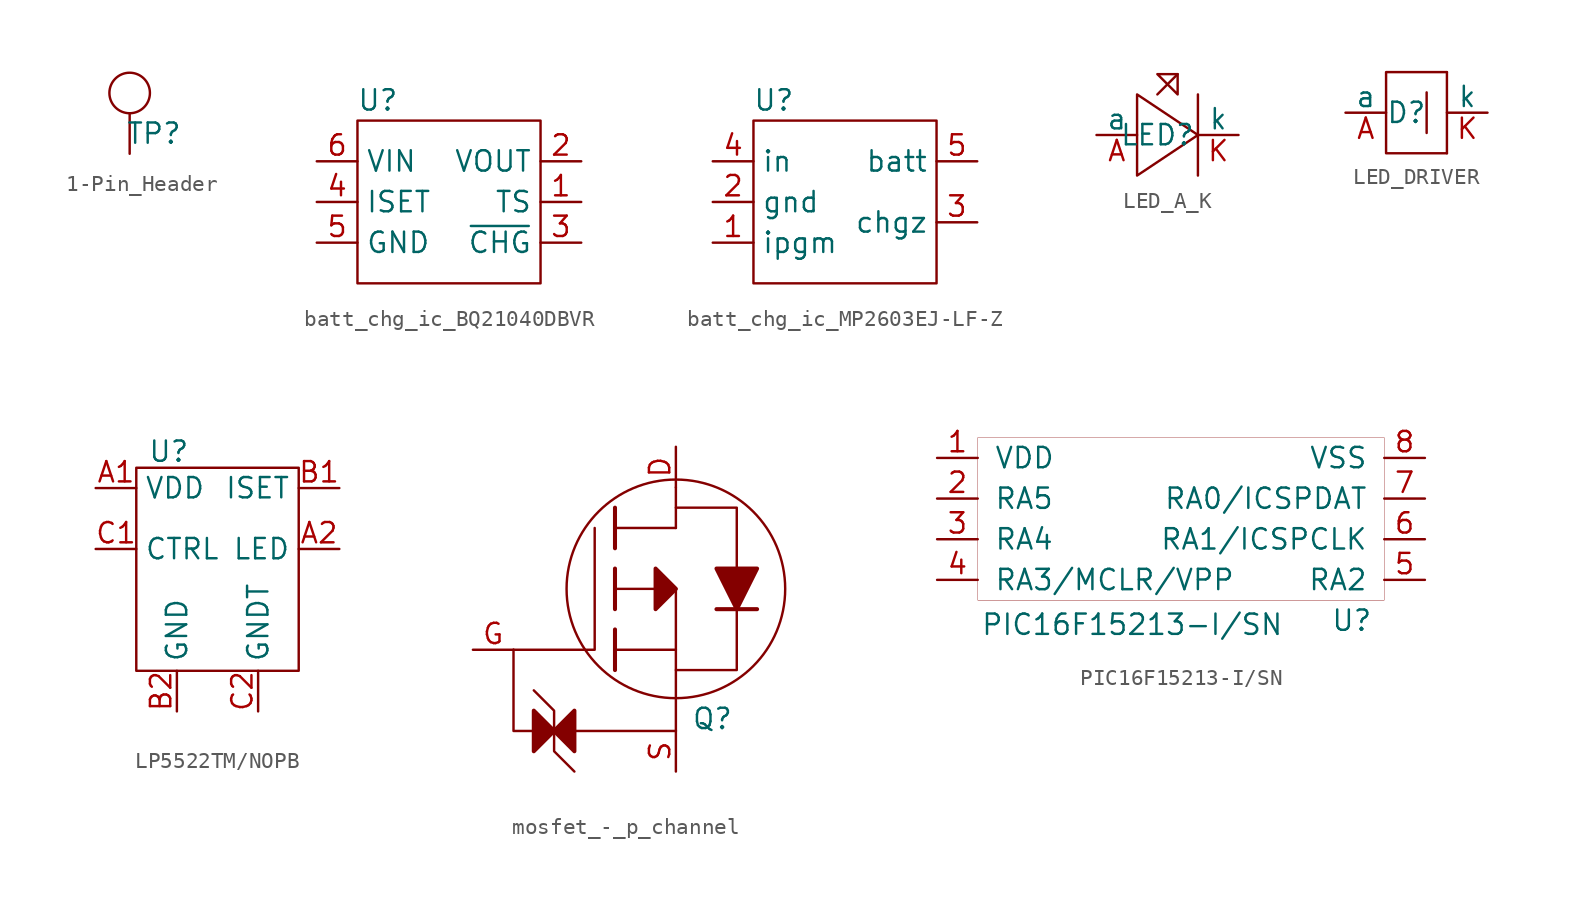
<source format=kicad_sym>
(kicad_symbol_lib
  (version 20240819)
  (generator "kicad_symbol_editor")
  (generator_version "8.99")
  (symbol "1-Pin_Header"
    (pin_numbers
      (hide yes))
    (pin_names
      (hide yes))
    (property "Reference" "TP"
      (at 1.524 -2.54 0)
      (effects (font (size 1.27 1.27))))
    (property "Value" ""
      (at 0 0 0)
      (effects (font (size 1.27 1.27))))
    (symbol "1-Pin_Header_0_1"
      (circle (center 0 0) (radius 1.27) (stroke (width 0) (type default)) (fill (type none))))
    (symbol "1-Pin_Header_1_1"
      (pin passive line (at 0 -3.81 90) (length 2.54) (name "1" (effects (font (size 1.27 1.27)))) (number "1" (effects (font (size 1.27 1.27)))))))
  (symbol "batt_chg_ic_BQ21040DBVR"
    (property "Reference" "U"
      (at -3.81 6.35 0)
      (effects (font (size 1.27 1.27))))
    (property "Value" ""
      (at 0 0 0)
      (effects (font (size 1.27 1.27))))
    (symbol "batt_chg_ic_BQ21040DBVR_0_1"
      (rectangle (start -5.08 5.08) (end 6.35 -5.08) (stroke (width 0) (type default)) (fill (type none))))
    (symbol "batt_chg_ic_BQ21040DBVR_1_1"
      (pin passive line (at -7.62 2.54 0) (length 2.54) (name "VIN" (effects (font (size 1.27 1.27)))) (number "6" (effects (font (size 1.27 1.27)))))
      (pin passive line (at -7.62 0 0) (length 2.54) (name "ISET" (effects (font (size 1.27 1.27)))) (number "4" (effects (font (size 1.27 1.27)))))
      (pin passive line (at -7.62 -2.54 0) (length 2.54) (name "GND" (effects (font (size 1.27 1.27)))) (number "5" (effects (font (size 1.27 1.27)))))
      (pin passive line (at 8.89 2.54 180) (length 2.54) (name "VOUT" (effects (font (size 1.27 1.27)))) (number "2" (effects (font (size 1.27 1.27)))))
      (pin passive line (at 8.89 0 180) (length 2.54) (name "TS" (effects (font (size 1.27 1.27)))) (number "1" (effects (font (size 1.27 1.27)))))
      (pin passive line (at 8.89 -2.54 180) (length 2.54) (name "~{CHG}" (effects (font (size 1.27 1.27)))) (number "3" (effects (font (size 1.27 1.27)))))))
  (symbol "batt_chg_ic_MP2603EJ-LF-Z"
    (property "Reference" "U"
      (at -3.81 6.35 0)
      (effects (font (size 1.27 1.27))))
    (property "Value" ""
      (at 0 0 0)
      (effects (font (size 1.27 1.27))))
    (symbol "batt_chg_ic_MP2603EJ-LF-Z_0_1"
      (rectangle (start -5.08 5.08) (end 6.35 -5.08) (stroke (width 0) (type default)) (fill (type none))))
    (symbol "batt_chg_ic_MP2603EJ-LF-Z_1_1"
      (pin power_in line (at -7.62 2.54 0) (length 2.54) (name "in" (effects (font (size 1.27 1.27)))) (number "4" (effects (font (size 1.27 1.27)))))
      (pin power_out line (at -7.62 0 0) (length 2.54) (name "gnd" (effects (font (size 1.27 1.27)))) (number "2" (effects (font (size 1.27 1.27)))))
      (pin input line (at -7.62 -2.54 0) (length 2.54) (name "ipgm" (effects (font (size 1.27 1.27)))) (number "1" (effects (font (size 1.27 1.27)))))
      (pin power_out line (at 8.89 2.54 180) (length 2.54) (name "batt" (effects (font (size 1.27 1.27)))) (number "5" (effects (font (size 1.27 1.27)))))
      (pin input line (at 8.89 -1.27 180) (length 2.54) (name "chgz" (effects (font (size 1.27 1.27)))) (number "3" (effects (font (size 1.27 1.27)))))))
  (symbol "LED_A_K"
    (pin_names
      (offset 0))
    (property "Reference" "LED"
      (at 0 0 0)
      (effects (font (size 1.27 1.27))))
    (property "Value" ""
      (at 0 0 0)
      (effects (font (size 1.27 1.27))))
    (symbol "LED_A_K_0_1"
      (polyline (pts (xy -1.27 2.54) (xy 2.54 0) (xy -1.27 -2.54) (xy -1.27 2.54)) (stroke (width 0) (type default)) (fill (type none)))
      (polyline (pts (xy 0 2.54) (xy 1.27 3.81)) (stroke (width 0) (type default)) (fill (type none)))
      (polyline (pts (xy 1.27 3.81) (xy 1.27 2.54) (xy 0 3.81) (xy 1.27 3.81) (xy 1.27 2.54)) (stroke (width 0) (type default)) (fill (type none)))
      (polyline (pts (xy 2.54 2.54) (xy 2.54 -2.54)) (stroke (width 0) (type default)) (fill (type none))))
    (symbol "LED_A_K_1_1"
      (pin input line (at -3.81 0 0) (length 2.54) (name "a" (effects (font (size 1.27 1.27)))) (number "A" (effects (font (size 1.27 1.27)))))
      (pin output line (at 5.08 0 180) (length 2.54) (name "k" (effects (font (size 1.27 1.27)))) (number "K" (effects (font (size 1.27 1.27)))))))
  (symbol "LED_DRIVER"
    (pin_names
      (offset 0))
    (property "Reference" "D"
      (at 0 0 0)
      (effects (font (size 1.27 1.27))))
    (property "Value" ""
      (at 0 0 0)
      (effects (font (size 1.27 1.27))))
    (symbol "LED_DRIVER_0_1"
      (polyline (pts (xy 1.27 1.27) (xy 1.27 -1.27)) (stroke (width 0) (type default)) (fill (type none)))
      (polyline (pts (xy 2.54 2.54) (xy 2.54 -2.54)) (stroke (width 0) (type default)) (fill (type none)))
      (polyline (pts (xy 2.54 2.54) (xy -1.27 2.54) (xy -1.27 -2.54) (xy 2.54 -2.54)) (stroke (width 0) (type default)) (fill (type none))))
    (symbol "LED_DRIVER_1_1"
      (pin input line (at -3.81 0 0) (length 2.54) (name "a" (effects (font (size 1.27 1.27)))) (number "A" (effects (font (size 1.27 1.27)))))
      (pin output line (at 5.08 0 180) (length 2.54) (name "k" (effects (font (size 1.27 1.27)))) (number "K" (effects (font (size 1.27 1.27)))))))
  (symbol "LP5522TM/NOPB"
    (property "Reference" "U"
      (at -3.048 3.556 0)
      (effects (font (size 1.27 1.27))))
    (property "Value" ""
      (at 0 0 0)
      (effects (font (size 1.27 1.27))))
    (symbol "LP5522TM/NOPB_0_1"
      (rectangle (start -5.08 2.54) (end 5.08 -10.16) (stroke (width 0) (type default)) (fill (type none))))
    (symbol "LP5522TM/NOPB_1_1"
      (pin passive line (at -7.62 1.27 0) (length 2.54) (name "VDD" (effects (font (size 1.27 1.27)))) (number "A1" (effects (font (size 1.27 1.27)))))
      (pin passive line (at -7.62 -2.54 0) (length 2.54) (name "CTRL" (effects (font (size 1.27 1.27)))) (number "C1" (effects (font (size 1.27 1.27)))))
      (pin passive line (at -2.54 -12.7 90) (length 2.54) (name "GND" (effects (font (size 1.27 1.27)))) (number "B2" (effects (font (size 1.27 1.27)))))
      (pin passive line (at 2.54 -12.7 90) (length 2.54) (name "GNDT" (effects (font (size 1.27 1.27)))) (number "C2" (effects (font (size 1.27 1.27)))))
      (pin passive line (at 7.62 1.27 180) (length 2.54) (name "ISET" (effects (font (size 1.27 1.27)))) (number "B1" (effects (font (size 1.27 1.27)))))
      (pin passive line (at 7.62 -2.54 180) (length 2.54) (name "LED" (effects (font (size 1.27 1.27)))) (number "A2" (effects (font (size 1.27 1.27)))))))
  (symbol "mosfet_-_p_channel"
    (pin_names
      (hide yes))
    (property "Reference" "Q"
      (at 2.286 -8.128 0)
      (effects (font (size 1.27 1.27))))
    (property "Value" ""
      (at 0 0 0)
      (effects (font (size 1.27 1.27))))
    (symbol "mosfet_-_p_channel_0_1"
      (polyline (pts (xy -8.89 -7.62) (xy -8.89 -10.16) (xy -7.62 -8.89) (xy -8.89 -7.62)) (stroke (width 0.254) (type default)) (fill (type outline)))
      (polyline (pts (xy -8.89 -8.89) (xy -10.16 -8.89) (xy -10.16 -3.81)) (stroke (width 0) (type default)) (fill (type none)))
      (polyline (pts (xy -7.62 -8.89) (xy -6.35 -7.62) (xy -6.35 -10.16) (xy -7.62 -8.89)) (stroke (width 0.254) (type default)) (fill (type outline)))
      (polyline (pts (xy -6.35 -8.89) (xy 0 -8.89)) (stroke (width 0) (type default)) (fill (type none)))
      (polyline (pts (xy -6.35 -11.43) (xy -7.62 -10.16) (xy -7.62 -7.62) (xy -8.89 -6.35)) (stroke (width 0) (type default)) (fill (type none)))
      (polyline (pts (xy -5.08 3.81) (xy -5.08 -3.81) (xy -10.16 -3.81)) (stroke (width 0) (type default)) (fill (type none)))
      (polyline (pts (xy -3.81 3.81) (xy 0 3.81)) (stroke (width 0) (type default)) (fill (type none)))
      (polyline (pts (xy -3.81 2.54) (xy -3.81 5.08)) (stroke (width 0.254) (type default)) (fill (type none)))
      (polyline (pts (xy -3.81 1.27) (xy -3.81 -1.27)) (stroke (width 0.254) (type default)) (fill (type none)))
      (polyline (pts (xy -3.81 -2.54) (xy -3.81 -5.08)) (stroke (width 0.254) (type default)) (fill (type none)))
      (polyline (pts (xy -3.81 -3.81) (xy 0 -3.81)) (stroke (width 0) (type default)) (fill (type none)))
      (polyline (pts (xy -1.27 0) (xy -3.81 0)) (stroke (width 0) (type default)) (fill (type none)))
      (polyline (pts (xy 0 3.81) (xy 0 6.35)) (stroke (width 0) (type default)) (fill (type none)))
      (circle (center 0 0) (radius 6.839) (stroke (width 0) (type default)) (fill (type none)))
      (polyline (pts (xy 0 0) (xy -1.27 1.27) (xy -1.27 -1.27) (xy 0 0)) (stroke (width 0.254) (type default)) (fill (type outline)))
      (polyline (pts (xy 0 -8.89) (xy 0 0)) (stroke (width 0) (type default)) (fill (type none)))
      (polyline (pts (xy 0 -8.89) (xy 0 -8.89)) (stroke (width 0) (type default)) (fill (type none)))
      (polyline (pts (xy 2.54 1.27) (xy 5.08 1.27) (xy 3.81 -1.27) (xy 2.54 1.27)) (stroke (width 0.254) (type default)) (fill (type outline)))
      (polyline (pts (xy 2.54 -1.27) (xy 5.08 -1.27)) (stroke (width 0.254) (type default)) (fill (type none)))
      (polyline (pts (xy 3.81 1.27) (xy 3.81 5.08) (xy 0 5.08)) (stroke (width 0) (type default)) (fill (type none)))
      (polyline (pts (xy 3.81 -1.27) (xy 3.81 -5.08) (xy 0 -5.08)) (stroke (width 0) (type default)) (fill (type none))))
    (symbol "mosfet_-_p_channel_1_1"
      (pin passive line (at -12.7 -3.81 0) (length 2.54) (name "G" (effects (font (size 1.27 1.27)))) (number "G" (effects (font (size 1.27 1.27)))))
      (pin passive line (at 0 8.89 270) (length 2.54) (name "D" (effects (font (size 1.27 1.27)))) (number "D" (effects (font (size 1.27 1.27)))))
      (pin passive line (at 0 -11.43 90) (length 2.54) (name "S" (effects (font (size 1.27 1.27)))) (number "S" (effects (font (size 1.27 1.27)))))))
  (symbol "PIC16F15213-I/SN"
    (pin_names
      (offset 1.016))
    (property "Reference" "U"
      (at 10.668 -6.35 0)
      (effects (font (size 1.27 1.27))))
    (property "Value" "PIC16F15213-I/SN"
      (at -3.048 -6.604 0)
      (effects (font (size 1.27 1.27))))
    (symbol "PIC16F15213-I/SN_0_1"
      (rectangle (start -12.7 5.08) (end 12.7 -5.08) (stroke (width 0.001) (type default)) (fill (type none))))
    (symbol "PIC16F15213-I/SN_1_1"
      (pin unspecified line (at -15.24 3.81 0) (length 2.54) (name "VDD" (effects (font (size 1.27 1.27)))) (number "1" (effects (font (size 1.27 1.27)))))
      (pin unspecified line (at -15.24 1.27 0) (length 2.54) (name "RA5" (effects (font (size 1.27 1.27)))) (number "2" (effects (font (size 1.27 1.27)))))
      (pin unspecified line (at -15.24 -1.27 0) (length 2.54) (name "RA4" (effects (font (size 1.27 1.27)))) (number "3" (effects (font (size 1.27 1.27)))))
      (pin unspecified line (at -15.24 -3.81 0) (length 2.54) (name "RA3/MCLR/VPP" (effects (font (size 1.27 1.27)))) (number "4" (effects (font (size 1.27 1.27)))))
      (pin unspecified line (at 15.24 3.81 180) (length 2.54) (name "VSS" (effects (font (size 1.27 1.27)))) (number "8" (effects (font (size 1.27 1.27)))))
      (pin unspecified line (at 15.24 1.27 180) (length 2.54) (name "RA0/ICSPDAT" (effects (font (size 1.27 1.27)))) (number "7" (effects (font (size 1.27 1.27)))))
      (pin unspecified line (at 15.24 -1.27 180) (length 2.54) (name "RA1/ICSPCLK" (effects (font (size 1.27 1.27)))) (number "6" (effects (font (size 1.27 1.27)))))
      (pin unspecified line (at 15.24 -3.81 180) (length 2.54) (name "RA2" (effects (font (size 1.27 1.27)))) (number "5" (effects (font (size 1.27 1.27))))))))
</source>
